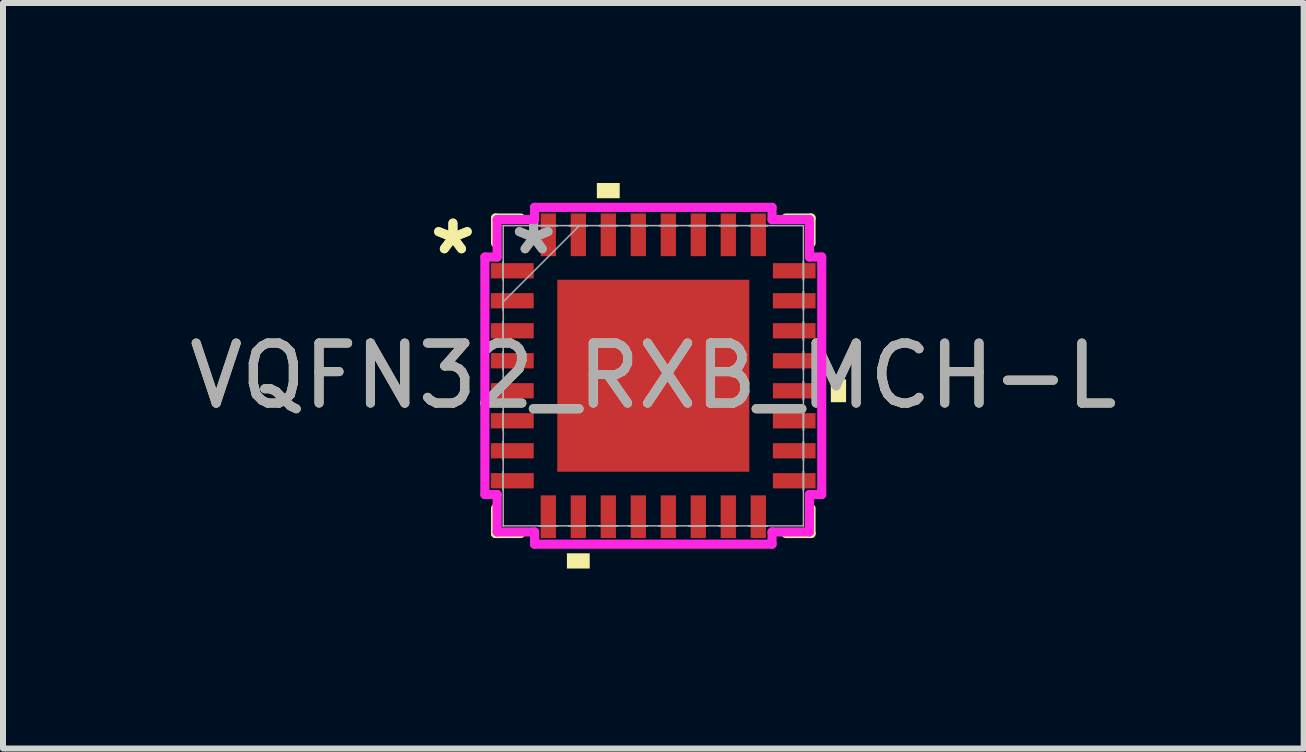
<source format=kicad_pcb>
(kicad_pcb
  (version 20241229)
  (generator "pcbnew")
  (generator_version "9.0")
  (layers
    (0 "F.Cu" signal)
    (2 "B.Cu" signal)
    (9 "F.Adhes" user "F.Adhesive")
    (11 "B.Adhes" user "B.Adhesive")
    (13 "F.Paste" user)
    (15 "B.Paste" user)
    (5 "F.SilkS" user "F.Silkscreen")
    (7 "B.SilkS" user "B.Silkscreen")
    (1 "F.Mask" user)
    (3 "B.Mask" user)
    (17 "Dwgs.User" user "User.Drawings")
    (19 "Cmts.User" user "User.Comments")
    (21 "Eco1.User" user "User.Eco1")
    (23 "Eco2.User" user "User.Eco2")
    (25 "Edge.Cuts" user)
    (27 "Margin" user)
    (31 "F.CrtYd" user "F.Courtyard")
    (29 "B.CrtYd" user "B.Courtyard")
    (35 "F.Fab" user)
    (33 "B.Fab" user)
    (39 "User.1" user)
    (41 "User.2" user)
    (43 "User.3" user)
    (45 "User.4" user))
  (footprint "VQFN32_RXB_MCH-L"
    (layer "F.Cu")
    (at 7.839 3.213)
    (property "Reference" "VQFN32_RXB_MCH-L" (at 0 0 0) (unlocked yes) (layer "F.SilkS") (effects (font (size 1 1) (thickness 0.15))))
    (attr smd)
    (fp_line (start -2.629 -2.629) (end -2.629 -2.21) (stroke (width 0.152) (type solid)) (layer "F.SilkS"))
    (fp_line (start -2.629 2.21) (end -2.629 2.629) (stroke (width 0.152) (type solid)) (layer "F.SilkS"))
    (fp_line (start -2.629 2.629) (end -2.21 2.629) (stroke (width 0.152) (type solid)) (layer "F.SilkS"))
    (fp_line (start -2.21 -2.629) (end -2.629 -2.629) (stroke (width 0.152) (type solid)) (layer "F.SilkS"))
    (fp_line (start 2.21 2.629) (end 2.629 2.629) (stroke (width 0.152) (type solid)) (layer "F.SilkS"))
    (fp_line (start 2.629 -2.629) (end 2.21 -2.629) (stroke (width 0.152) (type solid)) (layer "F.SilkS"))
    (fp_line (start 2.629 -2.21) (end 2.629 -2.629) (stroke (width 0.152) (type solid)) (layer "F.SilkS"))
    (fp_line (start 2.629 2.629) (end 2.629 2.21) (stroke (width 0.152) (type solid)) (layer "F.SilkS"))
    (fp_poly (pts (xy -1.44 2.959) (xy -1.44 3.213) (xy -1.06 3.213) (xy -1.06 2.959)) (stroke (width 0) (type solid)) (fill yes) (layer "F.SilkS"))
    (fp_poly (pts (xy -0.941 -2.959) (xy -0.941 -3.213) (xy -0.56 -3.213) (xy -0.56 -2.959)) (stroke (width 0) (type solid)) (fill yes) (layer "F.SilkS"))
    (fp_poly (pts (xy 3.213 0.059) (xy 3.213 0.441) (xy 2.959 0.441) (xy 2.959 0.059)) (stroke (width 0) (type solid)) (fill yes) (layer "F.SilkS"))
    (fp_poly (pts (xy -1.5 -1.5) (xy -1.5 -0.1) (xy -0.1 -0.1) (xy -0.1 -1.5)) (stroke (width 0) (type solid)) (fill yes) (layer "F.Paste"))
    (fp_poly (pts (xy -1.5 0.1) (xy -1.5 1.5) (xy -0.1 1.5) (xy -0.1 0.1)) (stroke (width 0) (type solid)) (fill yes) (layer "F.Paste"))
    (fp_poly (pts (xy 0.1 -1.5) (xy 0.1 -0.1) (xy 1.5 -0.1) (xy 1.5 -1.5)) (stroke (width 0) (type solid)) (fill yes) (layer "F.Paste"))
    (fp_poly (pts (xy 0.1 0.1) (xy 0.1 1.5) (xy 1.5 1.5) (xy 1.5 0.1)) (stroke (width 0) (type solid)) (fill yes) (layer "F.Paste"))
    (fp_line (start -2.807 -1.979) (end -2.603 -1.979) (stroke (width 0.152) (type solid)) (layer "F.CrtYd"))
    (fp_line (start -2.807 1.979) (end -2.807 -1.979) (stroke (width 0.152) (type solid)) (layer "F.CrtYd"))
    (fp_line (start -2.603 -2.603) (end -1.979 -2.603) (stroke (width 0.152) (type solid)) (layer "F.CrtYd"))
    (fp_line (start -2.603 -1.979) (end -2.603 -2.603) (stroke (width 0.152) (type solid)) (layer "F.CrtYd"))
    (fp_line (start -2.603 1.979) (end -2.807 1.979) (stroke (width 0.152) (type solid)) (layer "F.CrtYd"))
    (fp_line (start -2.603 2.603) (end -2.603 1.979) (stroke (width 0.152) (type solid)) (layer "F.CrtYd"))
    (fp_line (start -1.979 -2.807) (end 1.979 -2.807) (stroke (width 0.152) (type solid)) (layer "F.CrtYd"))
    (fp_line (start -1.979 -2.603) (end -1.979 -2.807) (stroke (width 0.152) (type solid)) (layer "F.CrtYd"))
    (fp_line (start -1.979 2.603) (end -2.603 2.603) (stroke (width 0.152) (type solid)) (layer "F.CrtYd"))
    (fp_line (start -1.979 2.807) (end -1.979 2.603) (stroke (width 0.152) (type solid)) (layer "F.CrtYd"))
    (fp_line (start 1.979 -2.807) (end 1.979 -2.603) (stroke (width 0.152) (type solid)) (layer "F.CrtYd"))
    (fp_line (start 1.979 -2.603) (end 2.603 -2.603) (stroke (width 0.152) (type solid)) (layer "F.CrtYd"))
    (fp_line (start 1.979 2.603) (end 1.979 2.807) (stroke (width 0.152) (type solid)) (layer "F.CrtYd"))
    (fp_line (start 1.979 2.807) (end -1.979 2.807) (stroke (width 0.152) (type solid)) (layer "F.CrtYd"))
    (fp_line (start 2.603 -2.603) (end 2.603 -1.979) (stroke (width 0.152) (type solid)) (layer "F.CrtYd"))
    (fp_line (start 2.603 -1.979) (end 2.807 -1.979) (stroke (width 0.152) (type solid)) (layer "F.CrtYd"))
    (fp_line (start 2.603 1.979) (end 2.603 2.603) (stroke (width 0.152) (type solid)) (layer "F.CrtYd"))
    (fp_line (start 2.603 2.603) (end 1.979 2.603) (stroke (width 0.152) (type solid)) (layer "F.CrtYd"))
    (fp_line (start 2.807 -1.979) (end 2.807 1.979) (stroke (width 0.152) (type solid)) (layer "F.CrtYd"))
    (fp_line (start 2.807 1.979) (end 2.603 1.979) (stroke (width 0.152) (type solid)) (layer "F.CrtYd"))
    (fp_line (start -2.502 -2.502) (end -2.502 -2.502) (stroke (width 0.025) (type solid)) (layer "F.Fab"))
    (fp_line (start -2.502 -2.502) (end -2.502 2.502) (stroke (width 0.025) (type solid)) (layer "F.Fab"))
    (fp_line (start -2.502 -1.902) (end -2.502 -1.902) (stroke (width 0.025) (type solid)) (layer "F.Fab"))
    (fp_line (start -2.502 -1.902) (end -2.502 -1.598) (stroke (width 0.025) (type solid)) (layer "F.Fab"))
    (fp_line (start -2.502 -1.598) (end -2.502 -1.902) (stroke (width 0.025) (type solid)) (layer "F.Fab"))
    (fp_line (start -2.502 -1.598) (end -2.502 -1.598) (stroke (width 0.025) (type solid)) (layer "F.Fab"))
    (fp_line (start -2.502 -1.402) (end -2.502 -1.402) (stroke (width 0.025) (type solid)) (layer "F.Fab"))
    (fp_line (start -2.502 -1.402) (end -2.502 -1.098) (stroke (width 0.025) (type solid)) (layer "F.Fab"))
    (fp_line (start -2.502 -1.232) (end -1.232 -2.502) (stroke (width 0.025) (type solid)) (layer "F.Fab"))
    (fp_line (start -2.502 -1.098) (end -2.502 -1.402) (stroke (width 0.025) (type solid)) (layer "F.Fab"))
    (fp_line (start -2.502 -1.098) (end -2.502 -1.098) (stroke (width 0.025) (type solid)) (layer "F.Fab"))
    (fp_line (start -2.502 -0.902) (end -2.502 -0.902) (stroke (width 0.025) (type solid)) (layer "F.Fab"))
    (fp_line (start -2.502 -0.902) (end -2.502 -0.598) (stroke (width 0.025) (type solid)) (layer "F.Fab"))
    (fp_line (start -2.502 -0.598) (end -2.502 -0.902) (stroke (width 0.025) (type solid)) (layer "F.Fab"))
    (fp_line (start -2.502 -0.598) (end -2.502 -0.598) (stroke (width 0.025) (type solid)) (layer "F.Fab"))
    (fp_line (start -2.502 -0.402) (end -2.502 -0.402) (stroke (width 0.025) (type solid)) (layer "F.Fab"))
    (fp_line (start -2.502 -0.402) (end -2.502 -0.098) (stroke (width 0.025) (type solid)) (layer "F.Fab"))
    (fp_line (start -2.502 -0.098) (end -2.502 -0.402) (stroke (width 0.025) (type solid)) (layer "F.Fab"))
    (fp_line (start -2.502 -0.098) (end -2.502 -0.098) (stroke (width 0.025) (type solid)) (layer "F.Fab"))
    (fp_line (start -2.502 0.098) (end -2.502 0.098) (stroke (width 0.025) (type solid)) (layer "F.Fab"))
    (fp_line (start -2.502 0.098) (end -2.502 0.402) (stroke (width 0.025) (type solid)) (layer "F.Fab"))
    (fp_line (start -2.502 0.402) (end -2.502 0.098) (stroke (width 0.025) (type solid)) (layer "F.Fab"))
    (fp_line (start -2.502 0.402) (end -2.502 0.402) (stroke (width 0.025) (type solid)) (layer "F.Fab"))
    (fp_line (start -2.502 0.598) (end -2.502 0.598) (stroke (width 0.025) (type solid)) (layer "F.Fab"))
    (fp_line (start -2.502 0.598) (end -2.502 0.902) (stroke (width 0.025) (type solid)) (layer "F.Fab"))
    (fp_line (start -2.502 0.902) (end -2.502 0.598) (stroke (width 0.025) (type solid)) (layer "F.Fab"))
    (fp_line (start -2.502 0.902) (end -2.502 0.902) (stroke (width 0.025) (type solid)) (layer "F.Fab"))
    (fp_line (start -2.502 1.098) (end -2.502 1.098) (stroke (width 0.025) (type solid)) (layer "F.Fab"))
    (fp_line (start -2.502 1.098) (end -2.502 1.402) (stroke (width 0.025) (type solid)) (layer "F.Fab"))
    (fp_line (start -2.502 1.402) (end -2.502 1.098) (stroke (width 0.025) (type solid)) (layer "F.Fab"))
    (fp_line (start -2.502 1.402) (end -2.502 1.402) (stroke (width 0.025) (type solid)) (layer "F.Fab"))
    (fp_line (start -2.502 1.598) (end -2.502 1.598) (stroke (width 0.025) (type solid)) (layer "F.Fab"))
    (fp_line (start -2.502 1.598) (end -2.502 1.902) (stroke (width 0.025) (type solid)) (layer "F.Fab"))
    (fp_line (start -2.502 1.902) (end -2.502 1.598) (stroke (width 0.025) (type solid)) (layer "F.Fab"))
    (fp_line (start -2.502 1.902) (end -2.502 1.902) (stroke (width 0.025) (type solid)) (layer "F.Fab"))
    (fp_line (start -2.502 2.502) (end -2.502 2.502) (stroke (width 0.025) (type solid)) (layer "F.Fab"))
    (fp_line (start -2.502 2.502) (end 2.502 2.502) (stroke (width 0.025) (type solid)) (layer "F.Fab"))
    (fp_line (start -1.902 -2.502) (end -1.902 -2.502) (stroke (width 0.025) (type solid)) (layer "F.Fab"))
    (fp_line (start -1.902 -2.502) (end -1.598 -2.502) (stroke (width 0.025) (type solid)) (layer "F.Fab"))
    (fp_line (start -1.902 2.502) (end -1.902 2.502) (stroke (width 0.025) (type solid)) (layer "F.Fab"))
    (fp_line (start -1.902 2.502) (end -1.598 2.502) (stroke (width 0.025) (type solid)) (layer "F.Fab"))
    (fp_line (start -1.598 -2.502) (end -1.902 -2.502) (stroke (width 0.025) (type solid)) (layer "F.Fab"))
    (fp_line (start -1.598 -2.502) (end -1.598 -2.502) (stroke (width 0.025) (type solid)) (layer "F.Fab"))
    (fp_line (start -1.598 2.502) (end -1.902 2.502) (stroke (width 0.025) (type solid)) (layer "F.Fab"))
    (fp_line (start -1.598 2.502) (end -1.598 2.502) (stroke (width 0.025) (type solid)) (layer "F.Fab"))
    (fp_line (start -1.402 -2.502) (end -1.402 -2.502) (stroke (width 0.025) (type solid)) (layer "F.Fab"))
    (fp_line (start -1.402 -2.502) (end -1.098 -2.502) (stroke (width 0.025) (type solid)) (layer "F.Fab"))
    (fp_line (start -1.402 2.502) (end -1.402 2.502) (stroke (width 0.025) (type solid)) (layer "F.Fab"))
    (fp_line (start -1.402 2.502) (end -1.098 2.502) (stroke (width 0.025) (type solid)) (layer "F.Fab"))
    (fp_line (start -1.098 -2.502) (end -1.402 -2.502) (stroke (width 0.025) (type solid)) (layer "F.Fab"))
    (fp_line (start -1.098 -2.502) (end -1.098 -2.502) (stroke (width 0.025) (type solid)) (layer "F.Fab"))
    (fp_line (start -1.098 2.502) (end -1.402 2.502) (stroke (width 0.025) (type solid)) (layer "F.Fab"))
    (fp_line (start -1.098 2.502) (end -1.098 2.502) (stroke (width 0.025) (type solid)) (layer "F.Fab"))
    (fp_line (start -0.902 -2.502) (end -0.902 -2.502) (stroke (width 0.025) (type solid)) (layer "F.Fab"))
    (fp_line (start -0.902 -2.502) (end -0.598 -2.502) (stroke (width 0.025) (type solid)) (layer "F.Fab"))
    (fp_line (start -0.902 2.502) (end -0.902 2.502) (stroke (width 0.025) (type solid)) (layer "F.Fab"))
    (fp_line (start -0.902 2.502) (end -0.598 2.502) (stroke (width 0.025) (type solid)) (layer "F.Fab"))
    (fp_line (start -0.598 -2.502) (end -0.902 -2.502) (stroke (width 0.025) (type solid)) (layer "F.Fab"))
    (fp_line (start -0.598 -2.502) (end -0.598 -2.502) (stroke (width 0.025) (type solid)) (layer "F.Fab"))
    (fp_line (start -0.598 2.502) (end -0.902 2.502) (stroke (width 0.025) (type solid)) (layer "F.Fab"))
    (fp_line (start -0.598 2.502) (end -0.598 2.502) (stroke (width 0.025) (type solid)) (layer "F.Fab"))
    (fp_line (start -0.402 -2.502) (end -0.402 -2.502) (stroke (width 0.025) (type solid)) (layer "F.Fab"))
    (fp_line (start -0.402 -2.502) (end -0.098 -2.502) (stroke (width 0.025) (type solid)) (layer "F.Fab"))
    (fp_line (start -0.402 2.502) (end -0.402 2.502) (stroke (width 0.025) (type solid)) (layer "F.Fab"))
    (fp_line (start -0.402 2.502) (end -0.098 2.502) (stroke (width 0.025) (type solid)) (layer "F.Fab"))
    (fp_line (start -0.098 -2.502) (end -0.402 -2.502) (stroke (width 0.025) (type solid)) (layer "F.Fab"))
    (fp_line (start -0.098 -2.502) (end -0.098 -2.502) (stroke (width 0.025) (type solid)) (layer "F.Fab"))
    (fp_line (start -0.098 2.502) (end -0.402 2.502) (stroke (width 0.025) (type solid)) (layer "F.Fab"))
    (fp_line (start -0.098 2.502) (end -0.098 2.502) (stroke (width 0.025) (type solid)) (layer "F.Fab"))
    (fp_line (start 0.098 -2.502) (end 0.098 -2.502) (stroke (width 0.025) (type solid)) (layer "F.Fab"))
    (fp_line (start 0.098 -2.502) (end 0.402 -2.502) (stroke (width 0.025) (type solid)) (layer "F.Fab"))
    (fp_line (start 0.098 2.502) (end 0.098 2.502) (stroke (width 0.025) (type solid)) (layer "F.Fab"))
    (fp_line (start 0.098 2.502) (end 0.402 2.502) (stroke (width 0.025) (type solid)) (layer "F.Fab"))
    (fp_line (start 0.402 -2.502) (end 0.098 -2.502) (stroke (width 0.025) (type solid)) (layer "F.Fab"))
    (fp_line (start 0.402 -2.502) (end 0.402 -2.502) (stroke (width 0.025) (type solid)) (layer "F.Fab"))
    (fp_line (start 0.402 2.502) (end 0.098 2.502) (stroke (width 0.025) (type solid)) (layer "F.Fab"))
    (fp_line (start 0.402 2.502) (end 0.402 2.502) (stroke (width 0.025) (type solid)) (layer "F.Fab"))
    (fp_line (start 0.598 -2.502) (end 0.598 -2.502) (stroke (width 0.025) (type solid)) (layer "F.Fab"))
    (fp_line (start 0.598 -2.502) (end 0.902 -2.502) (stroke (width 0.025) (type solid)) (layer "F.Fab"))
    (fp_line (start 0.598 2.502) (end 0.598 2.502) (stroke (width 0.025) (type solid)) (layer "F.Fab"))
    (fp_line (start 0.598 2.502) (end 0.902 2.502) (stroke (width 0.025) (type solid)) (layer "F.Fab"))
    (fp_line (start 0.902 -2.502) (end 0.598 -2.502) (stroke (width 0.025) (type solid)) (layer "F.Fab"))
    (fp_line (start 0.902 -2.502) (end 0.902 -2.502) (stroke (width 0.025) (type solid)) (layer "F.Fab"))
    (fp_line (start 0.902 2.502) (end 0.598 2.502) (stroke (width 0.025) (type solid)) (layer "F.Fab"))
    (fp_line (start 0.902 2.502) (end 0.902 2.502) (stroke (width 0.025) (type solid)) (layer "F.Fab"))
    (fp_line (start 1.098 -2.502) (end 1.098 -2.502) (stroke (width 0.025) (type solid)) (layer "F.Fab"))
    (fp_line (start 1.098 -2.502) (end 1.402 -2.502) (stroke (width 0.025) (type solid)) (layer "F.Fab"))
    (fp_line (start 1.098 2.502) (end 1.098 2.502) (stroke (width 0.025) (type solid)) (layer "F.Fab"))
    (fp_line (start 1.098 2.502) (end 1.402 2.502) (stroke (width 0.025) (type solid)) (layer "F.Fab"))
    (fp_line (start 1.402 -2.502) (end 1.098 -2.502) (stroke (width 0.025) (type solid)) (layer "F.Fab"))
    (fp_line (start 1.402 -2.502) (end 1.402 -2.502) (stroke (width 0.025) (type solid)) (layer "F.Fab"))
    (fp_line (start 1.402 2.502) (end 1.098 2.502) (stroke (width 0.025) (type solid)) (layer "F.Fab"))
    (fp_line (start 1.402 2.502) (end 1.402 2.502) (stroke (width 0.025) (type solid)) (layer "F.Fab"))
    (fp_line (start 1.598 -2.502) (end 1.598 -2.502) (stroke (width 0.025) (type solid)) (layer "F.Fab"))
    (fp_line (start 1.598 -2.502) (end 1.902 -2.502) (stroke (width 0.025) (type solid)) (layer "F.Fab"))
    (fp_line (start 1.598 2.502) (end 1.598 2.502) (stroke (width 0.025) (type solid)) (layer "F.Fab"))
    (fp_line (start 1.598 2.502) (end 1.902 2.502) (stroke (width 0.025) (type solid)) (layer "F.Fab"))
    (fp_line (start 1.902 -2.502) (end 1.598 -2.502) (stroke (width 0.025) (type solid)) (layer "F.Fab"))
    (fp_line (start 1.902 -2.502) (end 1.902 -2.502) (stroke (width 0.025) (type solid)) (layer "F.Fab"))
    (fp_line (start 1.902 2.502) (end 1.598 2.502) (stroke (width 0.025) (type solid)) (layer "F.Fab"))
    (fp_line (start 1.902 2.502) (end 1.902 2.502) (stroke (width 0.025) (type solid)) (layer "F.Fab"))
    (fp_line (start 2.502 -2.502) (end -2.502 -2.502) (stroke (width 0.025) (type solid)) (layer "F.Fab"))
    (fp_line (start 2.502 -2.502) (end 2.502 -2.502) (stroke (width 0.025) (type solid)) (layer "F.Fab"))
    (fp_line (start 2.502 -1.902) (end 2.502 -1.902) (stroke (width 0.025) (type solid)) (layer "F.Fab"))
    (fp_line (start 2.502 -1.902) (end 2.502 -1.598) (stroke (width 0.025) (type solid)) (layer "F.Fab"))
    (fp_line (start 2.502 -1.598) (end 2.502 -1.902) (stroke (width 0.025) (type solid)) (layer "F.Fab"))
    (fp_line (start 2.502 -1.598) (end 2.502 -1.598) (stroke (width 0.025) (type solid)) (layer "F.Fab"))
    (fp_line (start 2.502 -1.402) (end 2.502 -1.402) (stroke (width 0.025) (type solid)) (layer "F.Fab"))
    (fp_line (start 2.502 -1.402) (end 2.502 -1.098) (stroke (width 0.025) (type solid)) (layer "F.Fab"))
    (fp_line (start 2.502 -1.098) (end 2.502 -1.402) (stroke (width 0.025) (type solid)) (layer "F.Fab"))
    (fp_line (start 2.502 -1.098) (end 2.502 -1.098) (stroke (width 0.025) (type solid)) (layer "F.Fab"))
    (fp_line (start 2.502 -0.902) (end 2.502 -0.902) (stroke (width 0.025) (type solid)) (layer "F.Fab"))
    (fp_line (start 2.502 -0.902) (end 2.502 -0.598) (stroke (width 0.025) (type solid)) (layer "F.Fab"))
    (fp_line (start 2.502 -0.598) (end 2.502 -0.902) (stroke (width 0.025) (type solid)) (layer "F.Fab"))
    (fp_line (start 2.502 -0.598) (end 2.502 -0.598) (stroke (width 0.025) (type solid)) (layer "F.Fab"))
    (fp_line (start 2.502 -0.402) (end 2.502 -0.402) (stroke (width 0.025) (type solid)) (layer "F.Fab"))
    (fp_line (start 2.502 -0.402) (end 2.502 -0.098) (stroke (width 0.025) (type solid)) (layer "F.Fab"))
    (fp_line (start 2.502 -0.098) (end 2.502 -0.402) (stroke (width 0.025) (type solid)) (layer "F.Fab"))
    (fp_line (start 2.502 -0.098) (end 2.502 -0.098) (stroke (width 0.025) (type solid)) (layer "F.Fab"))
    (fp_line (start 2.502 0.098) (end 2.502 0.098) (stroke (width 0.025) (type solid)) (layer "F.Fab"))
    (fp_line (start 2.502 0.098) (end 2.502 0.402) (stroke (width 0.025) (type solid)) (layer "F.Fab"))
    (fp_line (start 2.502 0.402) (end 2.502 0.098) (stroke (width 0.025) (type solid)) (layer "F.Fab"))
    (fp_line (start 2.502 0.402) (end 2.502 0.402) (stroke (width 0.025) (type solid)) (layer "F.Fab"))
    (fp_line (start 2.502 0.598) (end 2.502 0.598) (stroke (width 0.025) (type solid)) (layer "F.Fab"))
    (fp_line (start 2.502 0.598) (end 2.502 0.902) (stroke (width 0.025) (type solid)) (layer "F.Fab"))
    (fp_line (start 2.502 0.902) (end 2.502 0.598) (stroke (width 0.025) (type solid)) (layer "F.Fab"))
    (fp_line (start 2.502 0.902) (end 2.502 0.902) (stroke (width 0.025) (type solid)) (layer "F.Fab"))
    (fp_line (start 2.502 1.098) (end 2.502 1.098) (stroke (width 0.025) (type solid)) (layer "F.Fab"))
    (fp_line (start 2.502 1.098) (end 2.502 1.402) (stroke (width 0.025) (type solid)) (layer "F.Fab"))
    (fp_line (start 2.502 1.402) (end 2.502 1.098) (stroke (width 0.025) (type solid)) (layer "F.Fab"))
    (fp_line (start 2.502 1.402) (end 2.502 1.402) (stroke (width 0.025) (type solid)) (layer "F.Fab"))
    (fp_line (start 2.502 1.598) (end 2.502 1.598) (stroke (width 0.025) (type solid)) (layer "F.Fab"))
    (fp_line (start 2.502 1.598) (end 2.502 1.902) (stroke (width 0.025) (type solid)) (layer "F.Fab"))
    (fp_line (start 2.502 1.902) (end 2.502 1.598) (stroke (width 0.025) (type solid)) (layer "F.Fab"))
    (fp_line (start 2.502 1.902) (end 2.502 1.902) (stroke (width 0.025) (type solid)) (layer "F.Fab"))
    (fp_line (start 2.502 2.502) (end 2.502 -2.502) (stroke (width 0.025) (type solid)) (layer "F.Fab"))
    (fp_line (start 2.502 2.502) (end 2.502 2.502) (stroke (width 0.025) (type solid)) (layer "F.Fab"))
    (fp_text user "*" (at -3.34 -2 0) (unlocked yes) (layer "F.SilkS") (effects (font (size 1 1) (thickness 0.15))))
    (fp_text user "*" (at -3.34 -2 0) (layer "F.SilkS") (effects (font (size 1 1) (thickness 0.15))))
    (fp_text user "*" (at -1.994 -2 0) (layer "F.Fab") (effects (font (size 1 1) (thickness 0.15))))
    (fp_text user "${REFERENCE}" (at 0 0 0) (unlocked yes) (layer "F.Fab") (effects (font (size 1 1) (thickness 0.15))))
    (fp_text user "*" (at -1.994 -2 0) (unlocked yes) (layer "F.Fab") (effects (font (size 1 1) (thickness 0.15))))
    (pad "1" smd rect (at -2.349 -1.75 90) (size 0.254 0.711) (layers "F.Cu" "F.Mask" "F.Paste"))
    (pad "2" smd rect (at -2.349 -1.25 90) (size 0.254 0.711) (layers "F.Cu" "F.Mask" "F.Paste"))
    (pad "3" smd rect (at -2.349 -0.75 90) (size 0.254 0.711) (layers "F.Cu" "F.Mask" "F.Paste"))
    (pad "4" smd rect (at -2.349 -0.25 90) (size 0.254 0.711) (layers "F.Cu" "F.Mask" "F.Paste"))
    (pad "5" smd rect (at -2.349 0.25 90) (size 0.254 0.711) (layers "F.Cu" "F.Mask" "F.Paste"))
    (pad "6" smd rect (at -2.349 0.75 90) (size 0.254 0.711) (layers "F.Cu" "F.Mask" "F.Paste"))
    (pad "7" smd rect (at -2.349 1.25 90) (size 0.254 0.711) (layers "F.Cu" "F.Mask" "F.Paste"))
    (pad "8" smd rect (at -2.349 1.75 90) (size 0.254 0.711) (layers "F.Cu" "F.Mask" "F.Paste"))
    (pad "9" smd rect (at -1.75 2.349) (size 0.254 0.711) (layers "F.Cu" "F.Mask" "F.Paste"))
    (pad "10" smd rect (at -1.25 2.349) (size 0.254 0.711) (layers "F.Cu" "F.Mask" "F.Paste"))
    (pad "11" smd rect (at -0.75 2.349) (size 0.254 0.711) (layers "F.Cu" "F.Mask" "F.Paste"))
    (pad "12" smd rect (at -0.25 2.349) (size 0.254 0.711) (layers "F.Cu" "F.Mask" "F.Paste"))
    (pad "13" smd rect (at 0.25 2.349) (size 0.254 0.711) (layers "F.Cu" "F.Mask" "F.Paste"))
    (pad "14" smd rect (at 0.75 2.349) (size 0.254 0.711) (layers "F.Cu" "F.Mask" "F.Paste"))
    (pad "15" smd rect (at 1.25 2.349) (size 0.254 0.711) (layers "F.Cu" "F.Mask" "F.Paste"))
    (pad "16" smd rect (at 1.75 2.349) (size 0.254 0.711) (layers "F.Cu" "F.Mask" "F.Paste"))
    (pad "17" smd rect (at 2.349 1.75 90) (size 0.254 0.711) (layers "F.Cu" "F.Mask" "F.Paste"))
    (pad "18" smd rect (at 2.349 1.25 90) (size 0.254 0.711) (layers "F.Cu" "F.Mask" "F.Paste"))
    (pad "19" smd rect (at 2.349 0.75 90) (size 0.254 0.711) (layers "F.Cu" "F.Mask" "F.Paste"))
    (pad "20" smd rect (at 2.349 0.25 90) (size 0.254 0.711) (layers "F.Cu" "F.Mask" "F.Paste"))
    (pad "21" smd rect (at 2.349 -0.25 90) (size 0.254 0.711) (layers "F.Cu" "F.Mask" "F.Paste"))
    (pad "22" smd rect (at 2.349 -0.75 90) (size 0.254 0.711) (layers "F.Cu" "F.Mask" "F.Paste"))
    (pad "23" smd rect (at 2.349 -1.25 90) (size 0.254 0.711) (layers "F.Cu" "F.Mask" "F.Paste"))
    (pad "24" smd rect (at 2.349 -1.75 90) (size 0.254 0.711) (layers "F.Cu" "F.Mask" "F.Paste"))
    (pad "25" smd rect (at 1.75 -2.349) (size 0.254 0.711) (layers "F.Cu" "F.Mask" "F.Paste"))
    (pad "26" smd rect (at 1.25 -2.349) (size 0.254 0.711) (layers "F.Cu" "F.Mask" "F.Paste"))
    (pad "27" smd rect (at 0.75 -2.349) (size 0.254 0.711) (layers "F.Cu" "F.Mask" "F.Paste"))
    (pad "28" smd rect (at 0.25 -2.349) (size 0.254 0.711) (layers "F.Cu" "F.Mask" "F.Paste"))
    (pad "29" smd rect (at -0.25 -2.349) (size 0.254 0.711) (layers "F.Cu" "F.Mask" "F.Paste"))
    (pad "30" smd rect (at -0.75 -2.349) (size 0.254 0.711) (layers "F.Cu" "F.Mask" "F.Paste"))
    (pad "31" smd rect (at -1.25 -2.349) (size 0.254 0.711) (layers "F.Cu" "F.Mask" "F.Paste"))
    (pad "32" smd rect (at -1.75 -2.349) (size 0.254 0.711) (layers "F.Cu" "F.Mask" "F.Paste"))
    (pad "33" smd rect (at 0 0) (size 3.2 3.2) (layers "F.Cu" "F.Mask")))
  (gr_rect
    (start -3 -3)
    (end 18.679 9.426)
    (stroke (width 0.1) (type default))
    (fill no)
    (layer "Edge.Cuts")))
</source>
